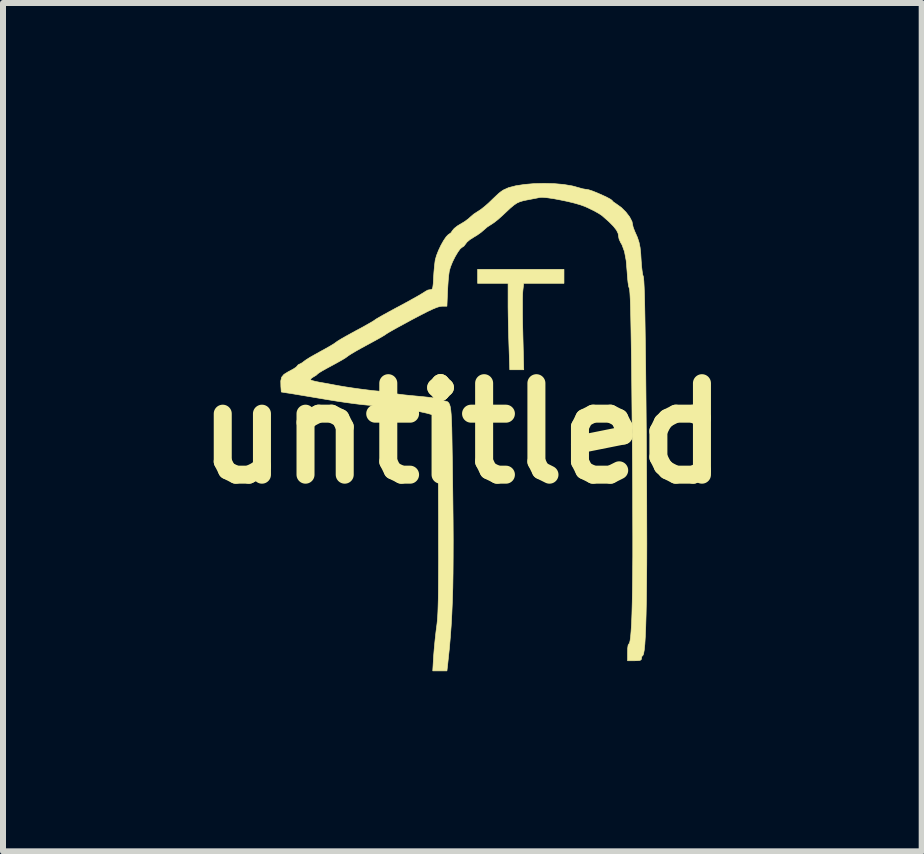
<source format=kicad_pcb>
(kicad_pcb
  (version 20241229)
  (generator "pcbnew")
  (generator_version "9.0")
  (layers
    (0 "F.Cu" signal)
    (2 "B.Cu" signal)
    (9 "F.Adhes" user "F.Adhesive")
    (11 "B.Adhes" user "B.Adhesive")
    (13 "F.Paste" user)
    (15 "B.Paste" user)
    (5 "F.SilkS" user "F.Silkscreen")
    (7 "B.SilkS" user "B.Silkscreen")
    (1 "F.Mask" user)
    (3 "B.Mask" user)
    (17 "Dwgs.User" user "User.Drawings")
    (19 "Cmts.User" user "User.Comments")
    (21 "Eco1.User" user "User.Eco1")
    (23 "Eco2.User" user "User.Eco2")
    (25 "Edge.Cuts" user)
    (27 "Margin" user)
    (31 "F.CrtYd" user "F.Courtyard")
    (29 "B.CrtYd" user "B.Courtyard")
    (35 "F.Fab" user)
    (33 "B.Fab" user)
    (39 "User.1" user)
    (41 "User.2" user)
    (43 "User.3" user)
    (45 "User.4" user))
  (footprint "untitled"
    (layer "F.Cu")
    (at 4.652 4.168)
    (property "Reference" "untitled" (at 0 0 0) (layer "F.SilkS") (effects (font (size 1.524 1.524) (thickness 0.3))))
    (attr through_hole)
    (fp_poly (pts (xy 1.693 -2.498) (xy 1.022 -2.498) (xy 1.008 -2.376) (xy 1.004 -2.323) (xy 1.002 -2.234) (xy 1.002 -2.117) (xy 1.002 -1.978) (xy 1.004 -1.824) (xy 1.008 -1.662) (xy 1.008 -1.656) (xy 1.023 -1.058) (xy 0.79 -1.058) (xy 0.776 -1.474) (xy 0.771 -1.63) (xy 0.767 -1.798) (xy 0.764 -1.962) (xy 0.762 -2.108) (xy 0.762 -2.194) (xy 0.762 -2.498) (xy 0.254 -2.498) (xy 0.254 -2.731) (xy 1.693 -2.731) (xy 1.693 -2.498)) (stroke (width 0.01) (type solid)) (fill yes) (layer "F.SilkS"))
    (fp_poly (pts (xy 1.529 -4.159) (xy 1.688 -4.145) (xy 1.831 -4.121) (xy 1.934 -4.093) (xy 2 -4.074) (xy 2.057 -4.064) (xy 2.066 -4.064) (xy 2.107 -4.056) (xy 2.171 -4.035) (xy 2.248 -4.004) (xy 2.328 -3.969) (xy 2.403 -3.934) (xy 2.461 -3.903) (xy 2.494 -3.88) (xy 2.498 -3.873) (xy 2.514 -3.856) (xy 2.554 -3.828) (xy 2.562 -3.823) (xy 2.647 -3.762) (xy 2.724 -3.686) (xy 2.786 -3.605) (xy 2.826 -3.528) (xy 2.836 -3.478) (xy 2.845 -3.435) (xy 2.867 -3.376) (xy 2.876 -3.355) (xy 2.916 -3.265) (xy 2.943 -3.183) (xy 2.961 -3.095) (xy 2.972 -2.989) (xy 2.978 -2.889) (xy 2.985 -2.79) (xy 2.995 -2.704) (xy 3.005 -2.64) (xy 3.014 -2.614) (xy 3.019 -2.587) (xy 3.024 -2.526) (xy 3.029 -2.43) (xy 3.034 -2.297) (xy 3.038 -2.127) (xy 3.042 -1.918) (xy 3.046 -1.67) (xy 3.05 -1.381) (xy 3.054 -1.101) (xy 3.06 -0.508) (xy 3.065 0.042) (xy 3.068 0.552) (xy 3.071 1.02) (xy 3.072 1.449) (xy 3.073 1.839) (xy 3.072 2.19) (xy 3.069 2.503) (xy 3.066 2.778) (xy 3.061 3.016) (xy 3.055 3.218) (xy 3.048 3.384) (xy 3.04 3.515) (xy 3.03 3.611) (xy 3.019 3.673) (xy 3.007 3.702) (xy 3.002 3.704) (xy 2.988 3.722) (xy 2.985 3.747) (xy 2.979 3.771) (xy 2.958 3.784) (xy 2.909 3.788) (xy 2.868 3.789) (xy 2.752 3.789) (xy 2.752 3.651) (xy 2.754 3.581) (xy 2.761 3.532) (xy 2.769 3.514) (xy 2.782 3.5) (xy 2.793 3.46) (xy 2.803 3.392) (xy 2.811 3.295) (xy 2.819 3.167) (xy 2.825 3.009) (xy 2.83 2.819) (xy 2.834 2.596) (xy 2.837 2.339) (xy 2.839 2.047) (xy 2.839 1.72) (xy 2.838 1.356) (xy 2.837 0.954) (xy 2.834 0.513) (xy 2.83 0.033) (xy 2.825 -0.488) (xy 2.821 -0.912) (xy 2.817 -1.231) (xy 2.813 -1.509) (xy 2.809 -1.747) (xy 2.805 -1.947) (xy 2.801 -2.109) (xy 2.797 -2.236) (xy 2.792 -2.328) (xy 2.787 -2.387) (xy 2.782 -2.414) (xy 2.781 -2.415) (xy 2.77 -2.447) (xy 2.76 -2.512) (xy 2.751 -2.599) (xy 2.745 -2.688) (xy 2.729 -2.878) (xy 2.701 -3.027) (xy 2.66 -3.139) (xy 2.636 -3.18) (xy 2.611 -3.235) (xy 2.603 -3.276) (xy 2.595 -3.329) (xy 2.568 -3.384) (xy 2.518 -3.448) (xy 2.442 -3.525) (xy 2.334 -3.62) (xy 2.326 -3.627) (xy 2.275 -3.661) (xy 2.195 -3.706) (xy 2.094 -3.755) (xy 2.043 -3.778) (xy 1.969 -3.805) (xy 1.869 -3.834) (xy 1.755 -3.862) (xy 1.634 -3.887) (xy 1.518 -3.909) (xy 1.414 -3.924) (xy 1.334 -3.931) (xy 1.291 -3.929) (xy 1.244 -3.919) (xy 1.171 -3.905) (xy 1.088 -3.889) (xy 1.086 -3.889) (xy 1.015 -3.874) (xy 0.96 -3.858) (xy 0.91 -3.836) (xy 0.86 -3.802) (xy 0.8 -3.752) (xy 0.723 -3.68) (xy 0.66 -3.621) (xy 0.594 -3.562) (xy 0.529 -3.511) (xy 0.481 -3.479) (xy 0.417 -3.438) (xy 0.359 -3.388) (xy 0.31 -3.346) (xy 0.242 -3.298) (xy 0.193 -3.269) (xy 0.128 -3.228) (xy 0.078 -3.186) (xy 0.058 -3.16) (xy 0.026 -3.118) (xy -0.002 -3.1) (xy -0.035 -3.074) (xy -0.076 -3.017) (xy -0.121 -2.941) (xy -0.163 -2.857) (xy -0.197 -2.773) (xy -0.218 -2.701) (xy -0.218 -2.699) (xy -0.227 -2.633) (xy -0.236 -2.539) (xy -0.243 -2.431) (xy -0.247 -2.355) (xy -0.257 -2.117) (xy -0.34 -2.117) (xy -0.377 -2.112) (xy -0.426 -2.097) (xy -0.492 -2.07) (xy -0.581 -2.028) (xy -0.696 -1.969) (xy -0.841 -1.893) (xy -0.962 -1.827) (xy -1.071 -1.768) (xy -1.161 -1.718) (xy -1.227 -1.68) (xy -1.264 -1.657) (xy -1.27 -1.653) (xy -1.291 -1.638) (xy -1.344 -1.606) (xy -1.42 -1.563) (xy -1.515 -1.511) (xy -1.587 -1.472) (xy -1.692 -1.415) (xy -1.784 -1.363) (xy -1.856 -1.32) (xy -1.902 -1.29) (xy -1.915 -1.28) (xy -1.942 -1.26) (xy -1.997 -1.226) (xy -2.075 -1.182) (xy -2.166 -1.132) (xy -2.17 -1.13) (xy -2.259 -1.082) (xy -2.334 -1.04) (xy -2.386 -1.008) (xy -2.409 -0.991) (xy -2.41 -0.99) (xy -2.432 -0.969) (xy -2.476 -0.942) (xy -2.479 -0.941) (xy -2.518 -0.914) (xy -2.532 -0.893) (xy -2.531 -0.892) (xy -2.507 -0.88) (xy -2.451 -0.865) (xy -2.377 -0.85) (xy -2.366 -0.848) (xy -2.261 -0.83) (xy -2.145 -0.808) (xy -2.064 -0.793) (xy -1.965 -0.776) (xy -1.848 -0.758) (xy -1.722 -0.74) (xy -1.597 -0.724) (xy -1.483 -0.71) (xy -1.391 -0.702) (xy -1.33 -0.698) (xy -1.33 -0.698) (xy -1.258 -0.692) (xy -1.194 -0.676) (xy -1.192 -0.675) (xy -1.151 -0.665) (xy -1.077 -0.654) (xy -0.977 -0.641) (xy -0.861 -0.629) (xy -0.785 -0.622) (xy -0.667 -0.611) (xy -0.564 -0.6) (xy -0.482 -0.589) (xy -0.43 -0.579) (xy -0.415 -0.574) (xy -0.379 -0.558) (xy -0.324 -0.543) (xy -0.322 -0.543) (xy -0.292 -0.538) (xy -0.267 -0.533) (xy -0.245 -0.524) (xy -0.228 -0.508) (xy -0.214 -0.483) (xy -0.202 -0.444) (xy -0.193 -0.388) (xy -0.186 -0.313) (xy -0.181 -0.215) (xy -0.176 -0.09) (xy -0.173 0.064) (xy -0.17 0.252) (xy -0.166 0.475) (xy -0.163 0.708) (xy -0.158 1.101) (xy -0.154 1.457) (xy -0.152 1.778) (xy -0.153 2.068) (xy -0.155 2.332) (xy -0.159 2.574) (xy -0.166 2.797) (xy -0.175 3.005) (xy -0.186 3.203) (xy -0.2 3.394) (xy -0.216 3.582) (xy -0.236 3.771) (xy -0.246 3.868) (xy -0.257 3.958) (xy -0.493 3.958) (xy -0.479 3.72) (xy -0.469 3.594) (xy -0.455 3.448) (xy -0.439 3.304) (xy -0.429 3.228) (xy -0.422 3.173) (xy -0.416 3.115) (xy -0.411 3.049) (xy -0.407 2.971) (xy -0.404 2.88) (xy -0.401 2.771) (xy -0.399 2.641) (xy -0.398 2.486) (xy -0.397 2.304) (xy -0.396 2.09) (xy -0.397 1.842) (xy -0.397 1.556) (xy -0.397 1.46) (xy -0.398 1.208) (xy -0.399 0.965) (xy -0.4 0.736) (xy -0.402 0.524) (xy -0.404 0.333) (xy -0.406 0.167) (xy -0.408 0.03) (xy -0.41 -0.076) (xy -0.412 -0.145) (xy -0.414 -0.171) (xy -0.427 -0.289) (xy -0.589 -0.334) (xy -0.702 -0.359) (xy -0.841 -0.379) (xy -0.99 -0.392) (xy -1.005 -0.393) (xy -1.114 -0.401) (xy -1.216 -0.412) (xy -1.298 -0.425) (xy -1.344 -0.436) (xy -1.423 -0.455) (xy -1.504 -0.465) (xy -1.513 -0.465) (xy -1.578 -0.469) (xy -1.677 -0.479) (xy -1.8 -0.494) (xy -1.94 -0.513) (xy -2.088 -0.535) (xy -2.236 -0.559) (xy -2.249 -0.561) (xy -2.462 -0.597) (xy -2.635 -0.626) (xy -2.772 -0.649) (xy -2.874 -0.666) (xy -2.91 -0.671) (xy -3.016 -0.688) (xy -3.023 -0.781) (xy -3.025 -0.872) (xy -3.01 -0.935) (xy -2.972 -0.981) (xy -2.903 -1.024) (xy -2.878 -1.037) (xy -2.814 -1.072) (xy -2.769 -1.102) (xy -2.752 -1.121) (xy -2.734 -1.142) (xy -2.713 -1.152) (xy -2.667 -1.176) (xy -2.634 -1.202) (xy -2.599 -1.227) (xy -2.537 -1.266) (xy -2.454 -1.313) (xy -2.366 -1.362) (xy -2.275 -1.412) (xy -2.196 -1.457) (xy -2.137 -1.493) (xy -2.108 -1.514) (xy -2.079 -1.535) (xy -2.02 -1.571) (xy -1.938 -1.618) (xy -1.84 -1.672) (xy -1.774 -1.708) (xy -1.671 -1.763) (xy -1.582 -1.813) (xy -1.512 -1.853) (xy -1.47 -1.879) (xy -1.459 -1.887) (xy -1.438 -1.902) (xy -1.385 -1.933) (xy -1.306 -1.978) (xy -1.206 -2.033) (xy -1.091 -2.095) (xy -1.049 -2.117) (xy -0.929 -2.182) (xy -0.821 -2.242) (xy -0.73 -2.293) (xy -0.663 -2.333) (xy -0.625 -2.357) (xy -0.62 -2.361) (xy -0.575 -2.386) (xy -0.54 -2.392) (xy -0.516 -2.394) (xy -0.501 -2.406) (xy -0.492 -2.435) (xy -0.485 -2.49) (xy -0.48 -2.579) (xy -0.48 -2.588) (xy -0.473 -2.69) (xy -0.464 -2.79) (xy -0.454 -2.871) (xy -0.451 -2.889) (xy -0.431 -2.96) (xy -0.398 -3.044) (xy -0.357 -3.131) (xy -0.312 -3.211) (xy -0.269 -3.274) (xy -0.234 -3.31) (xy -0.226 -3.314) (xy -0.188 -3.342) (xy -0.166 -3.376) (xy -0.135 -3.413) (xy -0.08 -3.456) (xy -0.035 -3.483) (xy 0.037 -3.526) (xy 0.102 -3.574) (xy 0.129 -3.599) (xy 0.188 -3.65) (xy 0.255 -3.694) (xy 0.256 -3.694) (xy 0.309 -3.729) (xy 0.376 -3.782) (xy 0.434 -3.833) (xy 0.513 -3.909) (xy 0.568 -3.961) (xy 0.607 -3.997) (xy 0.637 -4.021) (xy 0.664 -4.04) (xy 0.684 -4.053) (xy 0.77 -4.092) (xy 0.889 -4.123) (xy 1.032 -4.145) (xy 1.192 -4.159) (xy 1.361 -4.163) (xy 1.529 -4.159)) (stroke (width 0.01) (type solid)) (fill yes) (layer "F.SilkS")))
  (gr_rect
    (start -3 -3)
    (end 12.304 11.132)
    (stroke (width 0.1) (type default))
    (fill no)
    (layer "Edge.Cuts")))
</source>
